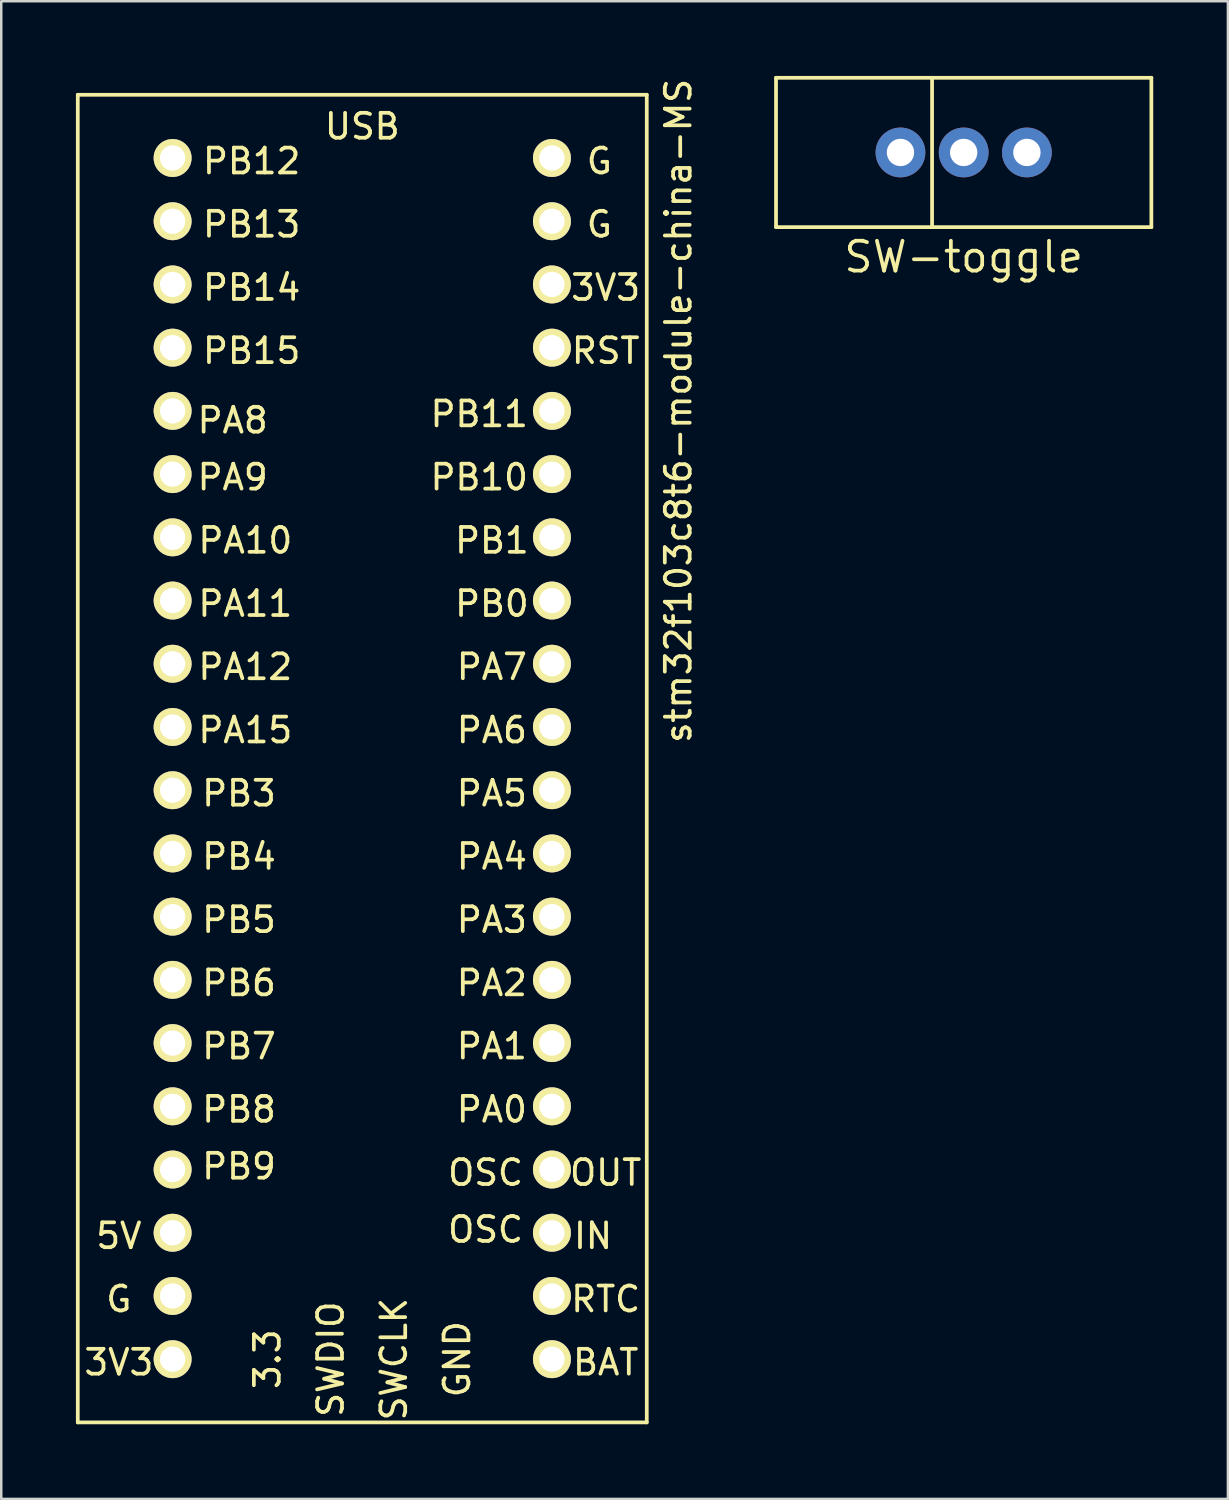
<source format=kicad_pcb>
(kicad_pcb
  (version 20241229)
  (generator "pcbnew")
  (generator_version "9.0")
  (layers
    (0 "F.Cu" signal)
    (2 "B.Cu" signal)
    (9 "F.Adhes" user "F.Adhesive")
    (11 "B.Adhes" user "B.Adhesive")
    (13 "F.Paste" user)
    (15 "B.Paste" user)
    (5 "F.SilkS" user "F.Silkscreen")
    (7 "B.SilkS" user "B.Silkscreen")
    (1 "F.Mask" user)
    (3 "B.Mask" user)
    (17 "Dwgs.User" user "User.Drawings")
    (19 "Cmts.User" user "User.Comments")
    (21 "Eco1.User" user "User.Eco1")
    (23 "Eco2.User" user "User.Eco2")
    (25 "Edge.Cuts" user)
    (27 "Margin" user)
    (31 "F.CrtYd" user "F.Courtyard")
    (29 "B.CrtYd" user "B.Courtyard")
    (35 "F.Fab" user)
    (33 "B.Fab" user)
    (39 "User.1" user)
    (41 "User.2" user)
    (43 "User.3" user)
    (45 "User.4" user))
  (footprint "stm32f103c8t6-module-china-MS"
    (layer "F.Cu")
    (at 3.888 3.295)
    (property "Reference" "stm32f103c8t6-module-china-MS" (at 20.317 10.163 270) (layer "F.SilkS") (effects (font (size 1 1) (thickness 0.15))))
    (attr through_hole)
    (fp_line (start -3.813 -2.537) (end -3.813 50.803) (stroke (width 0.15) (type solid)) (layer "F.SilkS"))
    (fp_line (start -3.813 50.803) (end 19.047 50.803) (stroke (width 0.15) (type solid)) (layer "F.SilkS"))
    (fp_line (start 19.047 -2.537) (end -3.813 -2.537) (stroke (width 0.15) (type solid)) (layer "F.SilkS"))
    (fp_line (start 19.047 50.803) (end 19.047 -2.537) (stroke (width 0.15) (type solid)) (layer "F.SilkS"))
    (fp_text user "PA6" (at 12.824 22.99 0) (layer "F.SilkS") (effects (font (size 1 1) (thickness 0.15))))
    (fp_text user "PB8" (at 2.664 38.23 0) (layer "F.SilkS") (effects (font (size 1 1) (thickness 0.15))))
    (fp_text user "BAT" (at 17.396 48.39 0) (layer "F.SilkS") (effects (font (size 1 1) (thickness 0.15))))
    (fp_text user "3V3" (at -2.162 48.39 0) (layer "F.SilkS") (effects (font (size 1 1) (thickness 0.15))))
    (fp_text user "5V" (at -2.162 43.31 0) (layer "F.SilkS") (effects (font (size 1 1) (thickness 0.15))))
    (fp_text user "PB0" (at 12.824 17.91 0) (layer "F.SilkS") (effects (font (size 1 1) (thickness 0.15))))
    (fp_text user "G" (at 17.142 0.13 0) (layer "F.SilkS") (effects (font (size 1 1) (thickness 0.15))))
    (fp_text user "PB1" (at 12.824 15.37 0) (layer "F.SilkS") (effects (font (size 1 1) (thickness 0.15))))
    (fp_text user "PA8" (at 2.41 10.544 0) (layer "F.SilkS") (effects (font (size 1 1) (thickness 0.15))))
    (fp_text user "USB" (at 7.617 -1.267 0) (layer "F.SilkS") (effects (font (size 1 1) (thickness 0.15))))
    (fp_text user "PB5" (at 2.664 30.61 0) (layer "F.SilkS") (effects (font (size 1 1) (thickness 0.15))))
    (fp_text user "PA0" (at 12.824 38.23 0) (layer "F.SilkS") (effects (font (size 1 1) (thickness 0.15))))
    (fp_text user "GND" (at 11.427 48.263 270) (layer "F.SilkS") (effects (font (size 1 1) (thickness 0.15))))
    (fp_text user "PB15" (at 3.172 7.75 0) (layer "F.SilkS") (effects (font (size 1 1) (thickness 0.15))))
    (fp_text user "PA3" (at 12.824 30.61 0) (layer "F.SilkS") (effects (font (size 1 1) (thickness 0.15))))
    (fp_text user "PA15" (at 2.918 22.99 0) (layer "F.SilkS") (effects (font (size 1 1) (thickness 0.15))))
    (fp_text user "G" (at 17.142 2.67 0) (layer "F.SilkS") (effects (font (size 1 1) (thickness 0.15))))
    (fp_text user "PA10" (at 2.918 15.37 0) (layer "F.SilkS") (effects (font (size 1 1) (thickness 0.15))))
    (fp_text user "OUT" (at 17.396 40.77 0) (layer "F.SilkS") (effects (font (size 1 1) (thickness 0.15))))
    (fp_text user "PB11" (at 12.316 10.29 0) (layer "F.SilkS") (effects (font (size 1 1) (thickness 0.15))))
    (fp_text user "PB14" (at 3.172 5.21 0) (layer "F.SilkS") (effects (font (size 1 1) (thickness 0.15))))
    (fp_text user "SWDIO" (at 6.347 48.263 270) (layer "F.SilkS") (effects (font (size 1 1) (thickness 0.15))))
    (fp_text user "OSC" (at 12.57 43.056 0) (layer "F.SilkS") (effects (font (size 1 1) (thickness 0.15))))
    (fp_text user "G" (at -2.162 45.85 0) (layer "F.SilkS") (effects (font (size 1 1) (thickness 0.15))))
    (fp_text user "IN" (at 16.888 43.31 0) (layer "F.SilkS") (effects (font (size 1 1) (thickness 0.15))))
    (fp_text user "PA2" (at 12.824 33.15 0) (layer "F.SilkS") (effects (font (size 1 1) (thickness 0.15))))
    (fp_text user "PB4" (at 2.664 28.07 0) (layer "F.SilkS") (effects (font (size 1 1) (thickness 0.15))))
    (fp_text user "PA9" (at 2.41 12.83 0) (layer "F.SilkS") (effects (font (size 1 1) (thickness 0.15))))
    (fp_text user "PB3" (at 2.664 25.53 0) (layer "F.SilkS") (effects (font (size 1 1) (thickness 0.15))))
    (fp_text user "OSC" (at 12.57 40.77 0) (layer "F.SilkS") (effects (font (size 1 1) (thickness 0.15))))
    (fp_text user "PA4" (at 12.824 28.07 0) (layer "F.SilkS") (effects (font (size 1 1) (thickness 0.15))))
    (fp_text user "PB13" (at 3.172 2.67 0) (layer "F.SilkS") (effects (font (size 1 1) (thickness 0.15))))
    (fp_text user "3V3" (at 17.396 5.21 0) (layer "F.SilkS") (effects (font (size 1 1) (thickness 0.15))))
    (fp_text user "PB9" (at 2.664 40.516 0) (layer "F.SilkS") (effects (font (size 1 1) (thickness 0.15))))
    (fp_text user "PB10" (at 12.316 12.83 0) (layer "F.SilkS") (effects (font (size 1 1) (thickness 0.15))))
    (fp_text user "RST" (at 17.396 7.75 0) (layer "F.SilkS") (effects (font (size 1 1) (thickness 0.15))))
    (fp_text user "PA5" (at 12.824 25.53 0) (layer "F.SilkS") (effects (font (size 1 1) (thickness 0.15))))
    (fp_text user "PB7" (at 2.664 35.69 0) (layer "F.SilkS") (effects (font (size 1 1) (thickness 0.15))))
    (fp_text user "RTC" (at 17.396 45.85 0) (layer "F.SilkS") (effects (font (size 1 1) (thickness 0.15))))
    (fp_text user "PB12" (at 3.172 0.13 0) (layer "F.SilkS") (effects (font (size 1 1) (thickness 0.15))))
    (fp_text user "SWCLK" (at 8.887 48.263 270) (layer "F.SilkS") (effects (font (size 1 1) (thickness 0.15))))
    (fp_text user "3.3" (at 3.807 48.263 270) (layer "F.SilkS") (effects (font (size 1 1) (thickness 0.15))))
    (fp_text user "PA1" (at 12.824 35.69 0) (layer "F.SilkS") (effects (font (size 1 1) (thickness 0.15))))
    (fp_text user "PA7" (at 12.824 20.45 0) (layer "F.SilkS") (effects (font (size 1 1) (thickness 0.15))))
    (fp_text user "PB6" (at 2.664 33.15 0) (layer "F.SilkS") (effects (font (size 1 1) (thickness 0.15))))
    (fp_text user "PA11" (at 2.918 17.91 0) (layer "F.SilkS") (effects (font (size 1 1) (thickness 0.15))))
    (fp_text user "PA12" (at 2.918 20.45 0) (layer "F.SilkS") (effects (font (size 1 1) (thickness 0.15))))
    (pad "1" thru_hole circle (at -0.003 0.003 270) (size 1.524 1.524) (drill 1.016) (layers "*.Cu" "*.Mask" "F.SilkS"))
    (pad "2" thru_hole circle (at -0.003 2.543 270) (size 1.524 1.524) (drill 1.016) (layers "*.Cu" "*.Mask" "F.SilkS"))
    (pad "3" thru_hole circle (at -0.003 5.083 270) (size 1.524 1.524) (drill 1.016) (layers "*.Cu" "*.Mask" "F.SilkS"))
    (pad "4" thru_hole circle (at -0.003 7.623 270) (size 1.524 1.524) (drill 1.016) (layers "*.Cu" "*.Mask" "F.SilkS"))
    (pad "5" thru_hole circle (at -0.003 10.163 270) (size 1.524 1.524) (drill 1.016) (layers "*.Cu" "*.Mask" "F.SilkS"))
    (pad "6" thru_hole circle (at -0.003 12.703 270) (size 1.524 1.524) (drill 1.016) (layers "*.Cu" "*.Mask" "F.SilkS"))
    (pad "7" thru_hole circle (at -0.003 15.243 270) (size 1.524 1.524) (drill 1.016) (layers "*.Cu" "*.Mask" "F.SilkS"))
    (pad "8" thru_hole circle (at -0.003 17.783 270) (size 1.524 1.524) (drill 1.016) (layers "*.Cu" "*.Mask" "F.SilkS"))
    (pad "9" thru_hole circle (at -0.003 20.323 270) (size 1.524 1.524) (drill 1.016) (layers "*.Cu" "*.Mask" "F.SilkS"))
    (pad "10" thru_hole circle (at -0.003 22.863 270) (size 1.524 1.524) (drill 1.016) (layers "*.Cu" "*.Mask" "F.SilkS"))
    (pad "11" thru_hole circle (at -0.003 25.403 270) (size 1.524 1.524) (drill 1.016) (layers "*.Cu" "*.Mask" "F.SilkS"))
    (pad "12" thru_hole circle (at -0.003 27.943 270) (size 1.524 1.524) (drill 1.016) (layers "*.Cu" "*.Mask" "F.SilkS"))
    (pad "13" thru_hole circle (at -0.003 30.483 270) (size 1.524 1.524) (drill 1.016) (layers "*.Cu" "*.Mask" "F.SilkS"))
    (pad "14" thru_hole circle (at -0.003 33.023 270) (size 1.524 1.524) (drill 1.016) (layers "*.Cu" "*.Mask" "F.SilkS"))
    (pad "15" thru_hole circle (at -0.003 35.563 270) (size 1.524 1.524) (drill 1.016) (layers "*.Cu" "*.Mask" "F.SilkS"))
    (pad "16" thru_hole circle (at -0.003 38.103 270) (size 1.524 1.524) (drill 1.016) (layers "*.Cu" "*.Mask" "F.SilkS"))
    (pad "17" thru_hole circle (at -0.003 40.643 270) (size 1.524 1.524) (drill 1.016) (layers "*.Cu" "*.Mask" "F.SilkS"))
    (pad "18" thru_hole circle (at -0.003 43.183 270) (size 1.524 1.524) (drill 1.016) (layers "*.Cu" "*.Mask" "F.SilkS"))
    (pad "19" thru_hole circle (at -0.003 45.723 270) (size 1.524 1.524) (drill 1.016) (layers "*.Cu" "*.Mask" "F.SilkS"))
    (pad "20" thru_hole circle (at -0.003 48.263 270) (size 1.524 1.524) (drill 1.016) (layers "*.Cu" "*.Mask" "F.SilkS"))
    (pad "21" thru_hole circle (at 15.237 48.263 270) (size 1.524 1.524) (drill 1.016) (layers "*.Cu" "*.Mask" "F.SilkS"))
    (pad "22" thru_hole circle (at 15.237 45.723 270) (size 1.524 1.524) (drill 1.016) (layers "*.Cu" "*.Mask" "F.SilkS"))
    (pad "23" thru_hole circle (at 15.237 43.183 270) (size 1.524 1.524) (drill 1.016) (layers "*.Cu" "*.Mask" "F.SilkS"))
    (pad "24" thru_hole circle (at 15.237 40.643 270) (size 1.524 1.524) (drill 1.016) (layers "*.Cu" "*.Mask" "F.SilkS"))
    (pad "25" thru_hole circle (at 15.237 38.103 270) (size 1.524 1.524) (drill 1.016) (layers "*.Cu" "*.Mask" "F.SilkS"))
    (pad "26" thru_hole circle (at 15.237 35.563 270) (size 1.524 1.524) (drill 1.016) (layers "*.Cu" "*.Mask" "F.SilkS"))
    (pad "27" thru_hole circle (at 15.237 33.023 270) (size 1.524 1.524) (drill 1.016) (layers "*.Cu" "*.Mask" "F.SilkS"))
    (pad "28" thru_hole circle (at 15.237 30.483 270) (size 1.524 1.524) (drill 1.016) (layers "*.Cu" "*.Mask" "F.SilkS"))
    (pad "29" thru_hole circle (at 15.237 27.943 270) (size 1.524 1.524) (drill 1.016) (layers "*.Cu" "*.Mask" "F.SilkS"))
    (pad "30" thru_hole circle (at 15.237 25.403 270) (size 1.524 1.524) (drill 1.016) (layers "*.Cu" "*.Mask" "F.SilkS"))
    (pad "31" thru_hole circle (at 15.237 22.863 270) (size 1.524 1.524) (drill 1.016) (layers "*.Cu" "*.Mask" "F.SilkS"))
    (pad "32" thru_hole circle (at 15.237 20.323 270) (size 1.524 1.524) (drill 1.016) (layers "*.Cu" "*.Mask" "F.SilkS"))
    (pad "33" thru_hole circle (at 15.237 17.783 270) (size 1.524 1.524) (drill 1.016) (layers "*.Cu" "*.Mask" "F.SilkS"))
    (pad "34" thru_hole circle (at 15.237 15.243 270) (size 1.524 1.524) (drill 1.016) (layers "*.Cu" "*.Mask" "F.SilkS"))
    (pad "35" thru_hole circle (at 15.237 12.703 270) (size 1.524 1.524) (drill 1.016) (layers "*.Cu" "*.Mask" "F.SilkS"))
    (pad "36" thru_hole circle (at 15.237 10.163 270) (size 1.524 1.524) (drill 1.016) (layers "*.Cu" "*.Mask" "F.SilkS"))
    (pad "37" thru_hole circle (at 15.237 7.623 270) (size 1.524 1.524) (drill 1.016) (layers "*.Cu" "*.Mask" "F.SilkS"))
    (pad "38" thru_hole circle (at 15.237 5.083 270) (size 1.524 1.524) (drill 1.016) (layers "*.Cu" "*.Mask" "F.SilkS"))
    (pad "39" thru_hole circle (at 15.237 2.543 270) (size 1.524 1.524) (drill 1.016) (layers "*.Cu" "*.Mask" "F.SilkS"))
    (pad "40" thru_hole circle (at 15.237 0.003 270) (size 1.524 1.524) (drill 1.016) (layers "*.Cu" "*.Mask" "F.SilkS")))
  (footprint "SW-toggle"
    (layer "F.Cu")
    (at 35.668 3.075)
    (property "Reference" "SW-toggle" (at 0 4.2 0) (layer "F.SilkS") (effects (font (size 1.2 1.2) (thickness 0.15))))
    (attr through_hole)
    (fp_line (start -7.54 -3) (end 7.54 -3) (stroke (width 0.15) (type solid)) (layer "F.SilkS"))
    (fp_line (start -7.54 3) (end -7.54 -3) (stroke (width 0.15) (type solid)) (layer "F.SilkS"))
    (fp_line (start -1.27 -3) (end -1.27 3) (stroke (width 0.15) (type solid)) (layer "F.SilkS"))
    (fp_line (start 7.54 -3) (end 7.54 3) (stroke (width 0.15) (type solid)) (layer "F.SilkS"))
    (fp_line (start 7.54 3) (end -7.54 3) (stroke (width 0.15) (type solid)) (layer "F.SilkS"))
    (pad "1" thru_hole circle (at -2.54 0) (size 2 2) (drill 1.1) (layers "*.Cu" "*.Mask"))
    (pad "2" thru_hole circle (at 0 0) (size 2 2) (drill 1.1) (layers "*.Cu" "*.Mask"))
    (pad "3" thru_hole circle (at 2.54 0) (size 2 2) (drill 1.1) (layers "*.Cu" "*.Mask")))
  (gr_rect
    (start -3 -3)
    (end 46.283 57.173)
    (stroke (width 0.1) (type default))
    (fill no)
    (layer "Edge.Cuts")))
</source>
